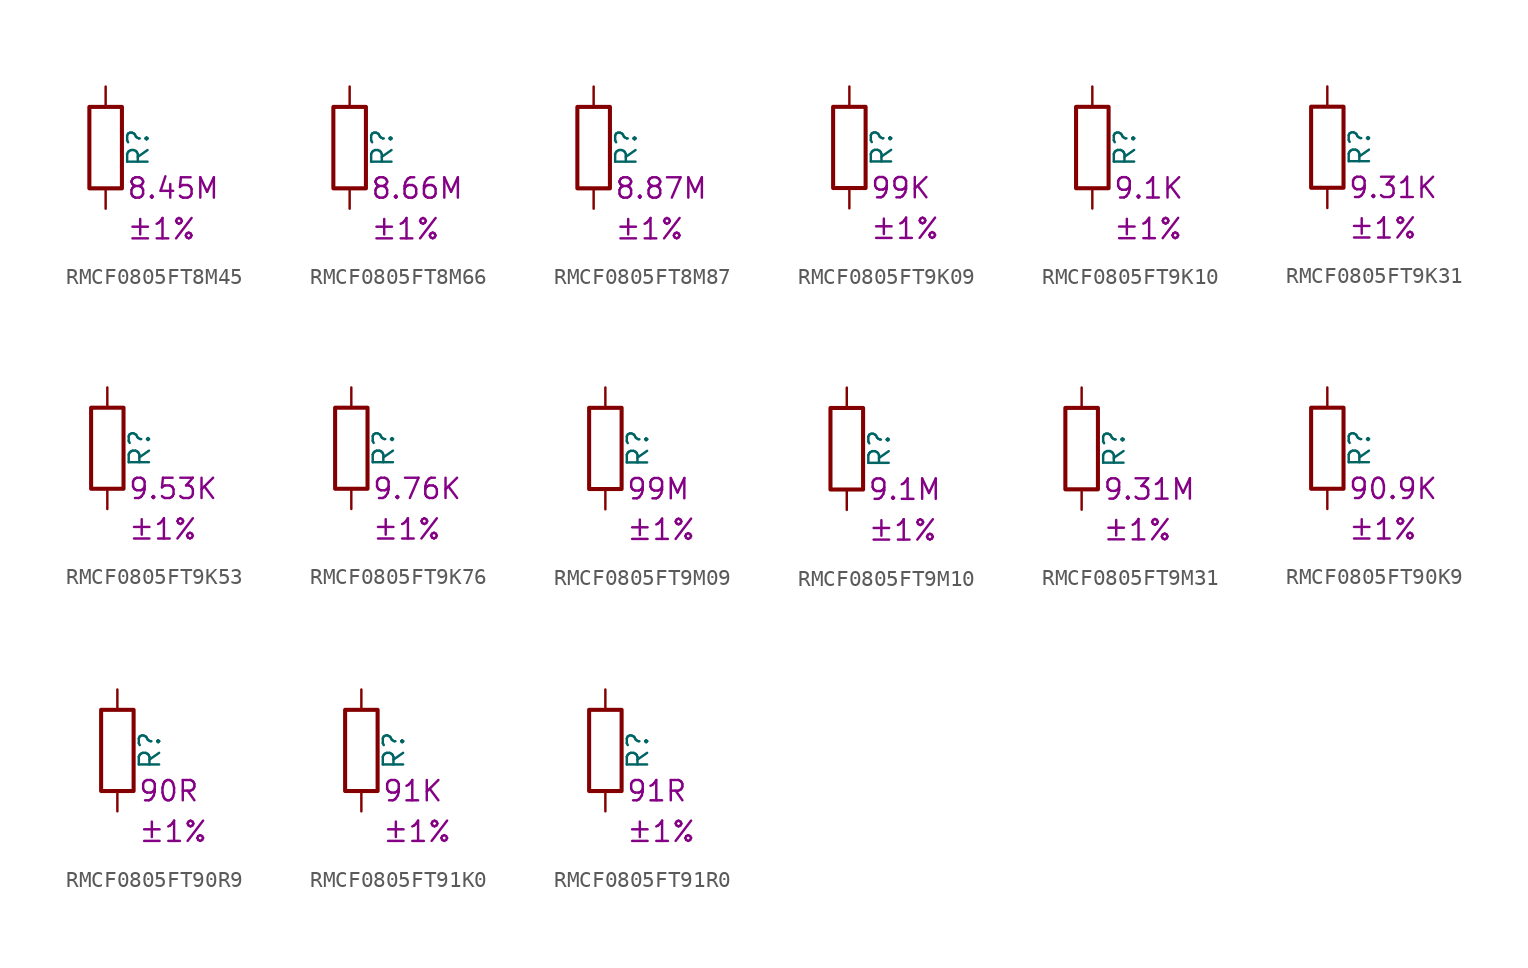
<source format=kicad_sym>
(kicad_symbol_lib
  (version 20220914)
  (generator kicad_symbol_editor)
  (symbol "RMCF0805FT8M45"
    (pin_numbers hide)
    (pin_names
      (offset 0))
    (property "Reference" "R"
      (at 2.032 0 90)
      (effects (font (size 1.27 1.27))))
    (property "Resistance" "8.45M"
      (at 1.27 -2.54 0)
      (effects (font (size 1.27 1.27)) (justify left)))
    (property "Tolerance" "±1%"
      (at 1.27 -5.08 0)
      (effects (font (size 1.27 1.27)) (justify left)))
    (symbol "RMCF0805FT8M45_0_1"
      (rectangle (start -1.016 -2.54) (end 1.016 2.54) (stroke (width 0.254) (type default)) (fill (type none))))
    (symbol "RMCF0805FT8M45_1_1"
      (pin passive line (at 0 3.81 270) (length 1.27) (name "~" (effects (font (size 1.27 1.27)))) (number "1" (effects (font (size 1.27 1.27)))))
      (pin passive line (at 0 -3.81 90) (length 1.27) (name "~" (effects (font (size 1.27 1.27)))) (number "2" (effects (font (size 1.27 1.27)))))))
  (symbol "RMCF0805FT8M66"
    (pin_numbers hide)
    (pin_names
      (offset 0))
    (property "Reference" "R"
      (at 2.032 0 90)
      (effects (font (size 1.27 1.27))))
    (property "Resistance" "8.66M"
      (at 1.27 -2.54 0)
      (effects (font (size 1.27 1.27)) (justify left)))
    (property "Tolerance" "±1%"
      (at 1.27 -5.08 0)
      (effects (font (size 1.27 1.27)) (justify left)))
    (symbol "RMCF0805FT8M66_0_1"
      (rectangle (start -1.016 -2.54) (end 1.016 2.54) (stroke (width 0.254) (type default)) (fill (type none))))
    (symbol "RMCF0805FT8M66_1_1"
      (pin passive line (at 0 3.81 270) (length 1.27) (name "~" (effects (font (size 1.27 1.27)))) (number "1" (effects (font (size 1.27 1.27)))))
      (pin passive line (at 0 -3.81 90) (length 1.27) (name "~" (effects (font (size 1.27 1.27)))) (number "2" (effects (font (size 1.27 1.27)))))))
  (symbol "RMCF0805FT8M87"
    (pin_numbers hide)
    (pin_names
      (offset 0))
    (property "Reference" "R"
      (at 2.032 0 90)
      (effects (font (size 1.27 1.27))))
    (property "Resistance" "8.87M"
      (at 1.27 -2.54 0)
      (effects (font (size 1.27 1.27)) (justify left)))
    (property "Tolerance" "±1%"
      (at 1.27 -5.08 0)
      (effects (font (size 1.27 1.27)) (justify left)))
    (symbol "RMCF0805FT8M87_0_1"
      (rectangle (start -1.016 -2.54) (end 1.016 2.54) (stroke (width 0.254) (type default)) (fill (type none))))
    (symbol "RMCF0805FT8M87_1_1"
      (pin passive line (at 0 3.81 270) (length 1.27) (name "~" (effects (font (size 1.27 1.27)))) (number "1" (effects (font (size 1.27 1.27)))))
      (pin passive line (at 0 -3.81 90) (length 1.27) (name "~" (effects (font (size 1.27 1.27)))) (number "2" (effects (font (size 1.27 1.27)))))))
  (symbol "RMCF0805FT9K09"
    (pin_numbers hide)
    (pin_names
      (offset 0))
    (property "Reference" "R"
      (at 2.032 0 90)
      (effects (font (size 1.27 1.27))))
    (property "Resistance" "99K"
      (at 1.27 -2.54 0)
      (effects (font (size 1.27 1.27)) (justify left)))
    (property "Tolerance" "±1%"
      (at 1.27 -5.08 0)
      (effects (font (size 1.27 1.27)) (justify left)))
    (symbol "RMCF0805FT9K09_0_1"
      (rectangle (start -1.016 -2.54) (end 1.016 2.54) (stroke (width 0.254) (type default)) (fill (type none))))
    (symbol "RMCF0805FT9K09_1_1"
      (pin passive line (at 0 3.81 270) (length 1.27) (name "~" (effects (font (size 1.27 1.27)))) (number "1" (effects (font (size 1.27 1.27)))))
      (pin passive line (at 0 -3.81 90) (length 1.27) (name "~" (effects (font (size 1.27 1.27)))) (number "2" (effects (font (size 1.27 1.27)))))))
  (symbol "RMCF0805FT9K10"
    (pin_numbers hide)
    (pin_names
      (offset 0))
    (property "Reference" "R"
      (at 2.032 0 90)
      (effects (font (size 1.27 1.27))))
    (property "Resistance" "9.1K"
      (at 1.27 -2.54 0)
      (effects (font (size 1.27 1.27)) (justify left)))
    (property "Tolerance" "±1%"
      (at 1.27 -5.08 0)
      (effects (font (size 1.27 1.27)) (justify left)))
    (symbol "RMCF0805FT9K10_0_1"
      (rectangle (start -1.016 -2.54) (end 1.016 2.54) (stroke (width 0.254) (type default)) (fill (type none))))
    (symbol "RMCF0805FT9K10_1_1"
      (pin passive line (at 0 3.81 270) (length 1.27) (name "~" (effects (font (size 1.27 1.27)))) (number "1" (effects (font (size 1.27 1.27)))))
      (pin passive line (at 0 -3.81 90) (length 1.27) (name "~" (effects (font (size 1.27 1.27)))) (number "2" (effects (font (size 1.27 1.27)))))))
  (symbol "RMCF0805FT9K31"
    (pin_numbers hide)
    (pin_names
      (offset 0))
    (property "Reference" "R"
      (at 2.032 0 90)
      (effects (font (size 1.27 1.27))))
    (property "Resistance" "9.31K"
      (at 1.27 -2.54 0)
      (effects (font (size 1.27 1.27)) (justify left)))
    (property "Tolerance" "±1%"
      (at 1.27 -5.08 0)
      (effects (font (size 1.27 1.27)) (justify left)))
    (symbol "RMCF0805FT9K31_0_1"
      (rectangle (start -1.016 -2.54) (end 1.016 2.54) (stroke (width 0.254) (type default)) (fill (type none))))
    (symbol "RMCF0805FT9K31_1_1"
      (pin passive line (at 0 3.81 270) (length 1.27) (name "~" (effects (font (size 1.27 1.27)))) (number "1" (effects (font (size 1.27 1.27)))))
      (pin passive line (at 0 -3.81 90) (length 1.27) (name "~" (effects (font (size 1.27 1.27)))) (number "2" (effects (font (size 1.27 1.27)))))))
  (symbol "RMCF0805FT9K53"
    (pin_numbers hide)
    (pin_names
      (offset 0))
    (property "Reference" "R"
      (at 2.032 0 90)
      (effects (font (size 1.27 1.27))))
    (property "Resistance" "9.53K"
      (at 1.27 -2.54 0)
      (effects (font (size 1.27 1.27)) (justify left)))
    (property "Tolerance" "±1%"
      (at 1.27 -5.08 0)
      (effects (font (size 1.27 1.27)) (justify left)))
    (symbol "RMCF0805FT9K53_0_1"
      (rectangle (start -1.016 -2.54) (end 1.016 2.54) (stroke (width 0.254) (type default)) (fill (type none))))
    (symbol "RMCF0805FT9K53_1_1"
      (pin passive line (at 0 3.81 270) (length 1.27) (name "~" (effects (font (size 1.27 1.27)))) (number "1" (effects (font (size 1.27 1.27)))))
      (pin passive line (at 0 -3.81 90) (length 1.27) (name "~" (effects (font (size 1.27 1.27)))) (number "2" (effects (font (size 1.27 1.27)))))))
  (symbol "RMCF0805FT9K76"
    (pin_numbers hide)
    (pin_names
      (offset 0))
    (property "Reference" "R"
      (at 2.032 0 90)
      (effects (font (size 1.27 1.27))))
    (property "Resistance" "9.76K"
      (at 1.27 -2.54 0)
      (effects (font (size 1.27 1.27)) (justify left)))
    (property "Tolerance" "±1%"
      (at 1.27 -5.08 0)
      (effects (font (size 1.27 1.27)) (justify left)))
    (symbol "RMCF0805FT9K76_0_1"
      (rectangle (start -1.016 -2.54) (end 1.016 2.54) (stroke (width 0.254) (type default)) (fill (type none))))
    (symbol "RMCF0805FT9K76_1_1"
      (pin passive line (at 0 3.81 270) (length 1.27) (name "~" (effects (font (size 1.27 1.27)))) (number "1" (effects (font (size 1.27 1.27)))))
      (pin passive line (at 0 -3.81 90) (length 1.27) (name "~" (effects (font (size 1.27 1.27)))) (number "2" (effects (font (size 1.27 1.27)))))))
  (symbol "RMCF0805FT9M09"
    (pin_numbers hide)
    (pin_names
      (offset 0))
    (property "Reference" "R"
      (at 2.032 0 90)
      (effects (font (size 1.27 1.27))))
    (property "Resistance" "99M"
      (at 1.27 -2.54 0)
      (effects (font (size 1.27 1.27)) (justify left)))
    (property "Tolerance" "±1%"
      (at 1.27 -5.08 0)
      (effects (font (size 1.27 1.27)) (justify left)))
    (symbol "RMCF0805FT9M09_0_1"
      (rectangle (start -1.016 -2.54) (end 1.016 2.54) (stroke (width 0.254) (type default)) (fill (type none))))
    (symbol "RMCF0805FT9M09_1_1"
      (pin passive line (at 0 3.81 270) (length 1.27) (name "~" (effects (font (size 1.27 1.27)))) (number "1" (effects (font (size 1.27 1.27)))))
      (pin passive line (at 0 -3.81 90) (length 1.27) (name "~" (effects (font (size 1.27 1.27)))) (number "2" (effects (font (size 1.27 1.27)))))))
  (symbol "RMCF0805FT9M10"
    (pin_numbers hide)
    (pin_names
      (offset 0))
    (property "Reference" "R"
      (at 2.032 0 90)
      (effects (font (size 1.27 1.27))))
    (property "Resistance" "9.1M"
      (at 1.27 -2.54 0)
      (effects (font (size 1.27 1.27)) (justify left)))
    (property "Tolerance" "±1%"
      (at 1.27 -5.08 0)
      (effects (font (size 1.27 1.27)) (justify left)))
    (symbol "RMCF0805FT9M10_0_1"
      (rectangle (start -1.016 -2.54) (end 1.016 2.54) (stroke (width 0.254) (type default)) (fill (type none))))
    (symbol "RMCF0805FT9M10_1_1"
      (pin passive line (at 0 3.81 270) (length 1.27) (name "~" (effects (font (size 1.27 1.27)))) (number "1" (effects (font (size 1.27 1.27)))))
      (pin passive line (at 0 -3.81 90) (length 1.27) (name "~" (effects (font (size 1.27 1.27)))) (number "2" (effects (font (size 1.27 1.27)))))))
  (symbol "RMCF0805FT9M31"
    (pin_numbers hide)
    (pin_names
      (offset 0))
    (property "Reference" "R"
      (at 2.032 0 90)
      (effects (font (size 1.27 1.27))))
    (property "Resistance" "9.31M"
      (at 1.27 -2.54 0)
      (effects (font (size 1.27 1.27)) (justify left)))
    (property "Tolerance" "±1%"
      (at 1.27 -5.08 0)
      (effects (font (size 1.27 1.27)) (justify left)))
    (symbol "RMCF0805FT9M31_0_1"
      (rectangle (start -1.016 -2.54) (end 1.016 2.54) (stroke (width 0.254) (type default)) (fill (type none))))
    (symbol "RMCF0805FT9M31_1_1"
      (pin passive line (at 0 3.81 270) (length 1.27) (name "~" (effects (font (size 1.27 1.27)))) (number "1" (effects (font (size 1.27 1.27)))))
      (pin passive line (at 0 -3.81 90) (length 1.27) (name "~" (effects (font (size 1.27 1.27)))) (number "2" (effects (font (size 1.27 1.27)))))))
  (symbol "RMCF0805FT90K9"
    (pin_numbers hide)
    (pin_names
      (offset 0))
    (property "Reference" "R"
      (at 2.032 0 90)
      (effects (font (size 1.27 1.27))))
    (property "Resistance" "90.9K"
      (at 1.27 -2.54 0)
      (effects (font (size 1.27 1.27)) (justify left)))
    (property "Tolerance" "±1%"
      (at 1.27 -5.08 0)
      (effects (font (size 1.27 1.27)) (justify left)))
    (symbol "RMCF0805FT90K9_0_1"
      (rectangle (start -1.016 -2.54) (end 1.016 2.54) (stroke (width 0.254) (type default)) (fill (type none))))
    (symbol "RMCF0805FT90K9_1_1"
      (pin passive line (at 0 3.81 270) (length 1.27) (name "~" (effects (font (size 1.27 1.27)))) (number "1" (effects (font (size 1.27 1.27)))))
      (pin passive line (at 0 -3.81 90) (length 1.27) (name "~" (effects (font (size 1.27 1.27)))) (number "2" (effects (font (size 1.27 1.27)))))))
  (symbol "RMCF0805FT90R9"
    (pin_numbers hide)
    (pin_names
      (offset 0))
    (property "Reference" "R"
      (at 2.032 0 90)
      (effects (font (size 1.27 1.27))))
    (property "Resistance" "90R"
      (at 1.27 -2.54 0)
      (effects (font (size 1.27 1.27)) (justify left)))
    (property "Tolerance" "±1%"
      (at 1.27 -5.08 0)
      (effects (font (size 1.27 1.27)) (justify left)))
    (symbol "RMCF0805FT90R9_0_1"
      (rectangle (start -1.016 -2.54) (end 1.016 2.54) (stroke (width 0.254) (type default)) (fill (type none))))
    (symbol "RMCF0805FT90R9_1_1"
      (pin passive line (at 0 3.81 270) (length 1.27) (name "~" (effects (font (size 1.27 1.27)))) (number "1" (effects (font (size 1.27 1.27)))))
      (pin passive line (at 0 -3.81 90) (length 1.27) (name "~" (effects (font (size 1.27 1.27)))) (number "2" (effects (font (size 1.27 1.27)))))))
  (symbol "RMCF0805FT91K0"
    (pin_numbers hide)
    (pin_names
      (offset 0))
    (property "Reference" "R"
      (at 2.032 0 90)
      (effects (font (size 1.27 1.27))))
    (property "Resistance" "91K"
      (at 1.27 -2.54 0)
      (effects (font (size 1.27 1.27)) (justify left)))
    (property "Tolerance" "±1%"
      (at 1.27 -5.08 0)
      (effects (font (size 1.27 1.27)) (justify left)))
    (symbol "RMCF0805FT91K0_0_1"
      (rectangle (start -1.016 -2.54) (end 1.016 2.54) (stroke (width 0.254) (type default)) (fill (type none))))
    (symbol "RMCF0805FT91K0_1_1"
      (pin passive line (at 0 3.81 270) (length 1.27) (name "~" (effects (font (size 1.27 1.27)))) (number "1" (effects (font (size 1.27 1.27)))))
      (pin passive line (at 0 -3.81 90) (length 1.27) (name "~" (effects (font (size 1.27 1.27)))) (number "2" (effects (font (size 1.27 1.27)))))))
  (symbol "RMCF0805FT91R0"
    (pin_numbers hide)
    (pin_names
      (offset 0))
    (property "Reference" "R"
      (at 2.032 0 90)
      (effects (font (size 1.27 1.27))))
    (property "Resistance" "91R"
      (at 1.27 -2.54 0)
      (effects (font (size 1.27 1.27)) (justify left)))
    (property "Tolerance" "±1%"
      (at 1.27 -5.08 0)
      (effects (font (size 1.27 1.27)) (justify left)))
    (symbol "RMCF0805FT91R0_0_1"
      (rectangle (start -1.016 -2.54) (end 1.016 2.54) (stroke (width 0.254) (type default)) (fill (type none))))
    (symbol "RMCF0805FT91R0_1_1"
      (pin passive line (at 0 3.81 270) (length 1.27) (name "~" (effects (font (size 1.27 1.27)))) (number "1" (effects (font (size 1.27 1.27)))))
      (pin passive line (at 0 -3.81 90) (length 1.27) (name "~" (effects (font (size 1.27 1.27)))) (number "2" (effects (font (size 1.27 1.27))))))))
</source>
